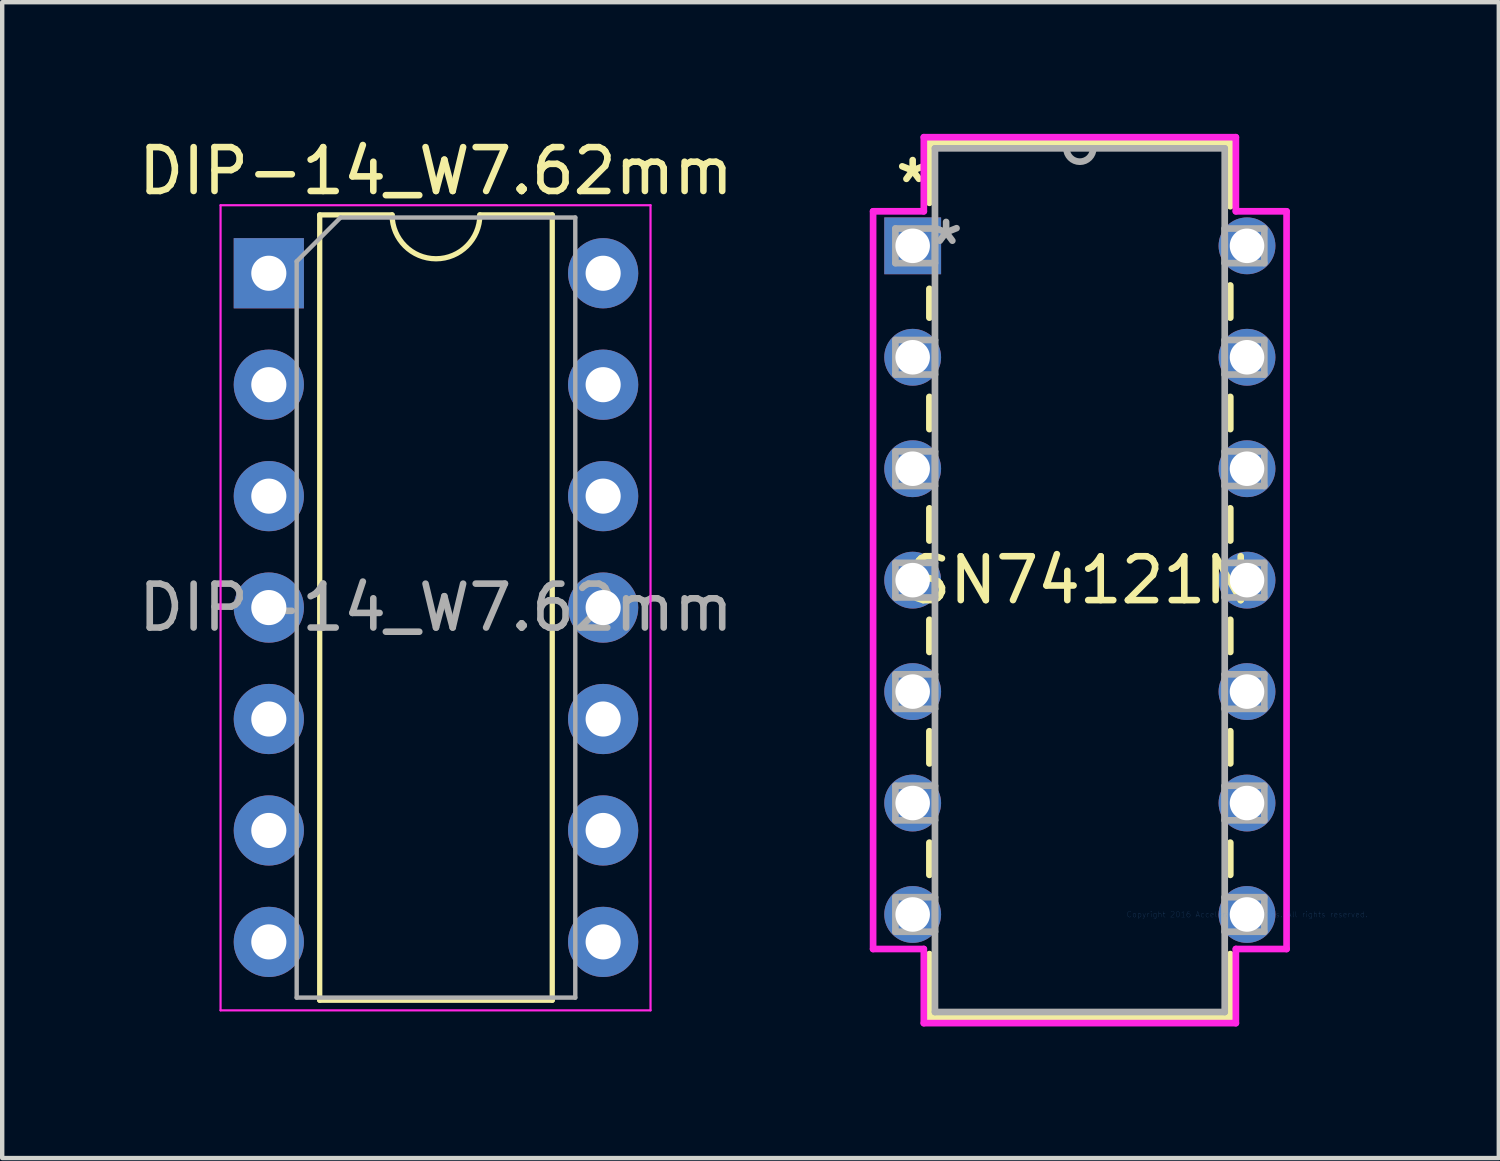
<source format=kicad_pcb>
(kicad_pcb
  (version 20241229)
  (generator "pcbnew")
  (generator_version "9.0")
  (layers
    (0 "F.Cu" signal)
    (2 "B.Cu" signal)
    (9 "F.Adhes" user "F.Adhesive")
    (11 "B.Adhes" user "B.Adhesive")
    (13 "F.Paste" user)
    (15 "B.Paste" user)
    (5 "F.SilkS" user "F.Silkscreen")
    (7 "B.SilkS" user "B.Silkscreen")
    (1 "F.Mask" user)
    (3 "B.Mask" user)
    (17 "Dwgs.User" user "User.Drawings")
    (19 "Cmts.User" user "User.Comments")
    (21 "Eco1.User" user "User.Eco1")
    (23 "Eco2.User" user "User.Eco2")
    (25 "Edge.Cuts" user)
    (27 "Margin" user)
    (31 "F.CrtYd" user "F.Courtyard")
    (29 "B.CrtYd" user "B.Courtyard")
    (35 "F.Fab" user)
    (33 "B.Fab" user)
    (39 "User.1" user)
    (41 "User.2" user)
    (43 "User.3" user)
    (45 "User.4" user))
  (footprint "SN74121N"
    (layer "F.Cu")
    (at 25.372 17.793)
    (property "Reference" "SN74121N" (at -3.81 -7.62 0) (layer "F.SilkS") (effects (font (size 1 1) (thickness 0.15))))
    (attr through_hole)
    (fp_line (start -7.239 -17.59) (end -7.239 -16.22) (stroke (width 0.152) (type solid)) (layer "F.SilkS"))
    (fp_line (start -7.239 -14.26) (end -7.239 -13.603) (stroke (width 0.152) (type solid)) (layer "F.SilkS"))
    (fp_line (start -7.239 -11.797) (end -7.239 -11.063) (stroke (width 0.152) (type solid)) (layer "F.SilkS"))
    (fp_line (start -7.239 -9.257) (end -7.239 -8.523) (stroke (width 0.152) (type solid)) (layer "F.SilkS"))
    (fp_line (start -7.239 -6.717) (end -7.239 -5.983) (stroke (width 0.152) (type solid)) (layer "F.SilkS"))
    (fp_line (start -7.239 -4.177) (end -7.239 -3.443) (stroke (width 0.152) (type solid)) (layer "F.SilkS"))
    (fp_line (start -7.239 -1.637) (end -7.239 -0.903) (stroke (width 0.152) (type solid)) (layer "F.SilkS"))
    (fp_line (start -7.239 0.903) (end -7.239 2.349) (stroke (width 0.152) (type solid)) (layer "F.SilkS"))
    (fp_line (start -7.239 2.349) (end -0.381 2.349) (stroke (width 0.152) (type solid)) (layer "F.SilkS"))
    (fp_line (start -0.381 -17.59) (end -7.239 -17.59) (stroke (width 0.152) (type solid)) (layer "F.SilkS"))
    (fp_line (start -0.381 -16.143) (end -0.381 -17.59) (stroke (width 0.152) (type solid)) (layer "F.SilkS"))
    (fp_line (start -0.381 -13.603) (end -0.381 -14.337) (stroke (width 0.152) (type solid)) (layer "F.SilkS"))
    (fp_line (start -0.381 -11.063) (end -0.381 -11.797) (stroke (width 0.152) (type solid)) (layer "F.SilkS"))
    (fp_line (start -0.381 -8.523) (end -0.381 -9.257) (stroke (width 0.152) (type solid)) (layer "F.SilkS"))
    (fp_line (start -0.381 -5.983) (end -0.381 -6.717) (stroke (width 0.152) (type solid)) (layer "F.SilkS"))
    (fp_line (start -0.381 -3.443) (end -0.381 -4.177) (stroke (width 0.152) (type solid)) (layer "F.SilkS"))
    (fp_line (start -0.381 -0.903) (end -0.381 -1.637) (stroke (width 0.152) (type solid)) (layer "F.SilkS"))
    (fp_line (start -0.381 2.349) (end -0.381 0.903) (stroke (width 0.152) (type solid)) (layer "F.SilkS"))
    (fp_line (start -8.522 -16.027) (end -8.522 0.787) (stroke (width 0.152) (type solid)) (layer "F.CrtYd"))
    (fp_line (start -8.522 0.787) (end -7.366 0.787) (stroke (width 0.152) (type solid)) (layer "F.CrtYd"))
    (fp_line (start -7.366 -17.716) (end -7.366 -16.027) (stroke (width 0.152) (type solid)) (layer "F.CrtYd"))
    (fp_line (start -7.366 -16.027) (end -8.522 -16.027) (stroke (width 0.152) (type solid)) (layer "F.CrtYd"))
    (fp_line (start -7.366 0.787) (end -7.366 2.477) (stroke (width 0.152) (type solid)) (layer "F.CrtYd"))
    (fp_line (start -7.366 2.477) (end -0.254 2.477) (stroke (width 0.152) (type solid)) (layer "F.CrtYd"))
    (fp_line (start -0.254 -17.716) (end -7.366 -17.716) (stroke (width 0.152) (type solid)) (layer "F.CrtYd"))
    (fp_line (start -0.254 -16.027) (end -0.254 -17.716) (stroke (width 0.152) (type solid)) (layer "F.CrtYd"))
    (fp_line (start -0.254 0.787) (end 0.902 0.787) (stroke (width 0.152) (type solid)) (layer "F.CrtYd"))
    (fp_line (start -0.254 2.477) (end -0.254 0.787) (stroke (width 0.152) (type solid)) (layer "F.CrtYd"))
    (fp_line (start 0.902 -16.027) (end -0.254 -16.027) (stroke (width 0.152) (type solid)) (layer "F.CrtYd"))
    (fp_line (start 0.902 0.787) (end 0.902 -16.027) (stroke (width 0.152) (type solid)) (layer "F.CrtYd"))
    (fp_line (start -8.014 -15.634) (end -8.014 -14.846) (stroke (width 0.152) (type solid)) (layer "F.Fab"))
    (fp_line (start -8.014 -14.846) (end -7.112 -14.846) (stroke (width 0.152) (type solid)) (layer "F.Fab"))
    (fp_line (start -8.014 -13.094) (end -8.014 -12.306) (stroke (width 0.152) (type solid)) (layer "F.Fab"))
    (fp_line (start -8.014 -12.306) (end -7.112 -12.306) (stroke (width 0.152) (type solid)) (layer "F.Fab"))
    (fp_line (start -8.014 -10.554) (end -8.014 -9.766) (stroke (width 0.152) (type solid)) (layer "F.Fab"))
    (fp_line (start -8.014 -9.766) (end -7.112 -9.766) (stroke (width 0.152) (type solid)) (layer "F.Fab"))
    (fp_line (start -8.014 -8.014) (end -8.014 -7.226) (stroke (width 0.152) (type solid)) (layer "F.Fab"))
    (fp_line (start -8.014 -7.226) (end -7.112 -7.226) (stroke (width 0.152) (type solid)) (layer "F.Fab"))
    (fp_line (start -8.014 -5.474) (end -8.014 -4.686) (stroke (width 0.152) (type solid)) (layer "F.Fab"))
    (fp_line (start -8.014 -4.686) (end -7.112 -4.686) (stroke (width 0.152) (type solid)) (layer "F.Fab"))
    (fp_line (start -8.014 -2.934) (end -8.014 -2.146) (stroke (width 0.152) (type solid)) (layer "F.Fab"))
    (fp_line (start -8.014 -2.146) (end -7.112 -2.146) (stroke (width 0.152) (type solid)) (layer "F.Fab"))
    (fp_line (start -8.014 -0.394) (end -8.014 0.394) (stroke (width 0.152) (type solid)) (layer "F.Fab"))
    (fp_line (start -8.014 0.394) (end -7.112 0.394) (stroke (width 0.152) (type solid)) (layer "F.Fab"))
    (fp_line (start -7.112 -17.462) (end -7.112 2.223) (stroke (width 0.152) (type solid)) (layer "F.Fab"))
    (fp_line (start -7.112 -15.634) (end -8.014 -15.634) (stroke (width 0.152) (type solid)) (layer "F.Fab"))
    (fp_line (start -7.112 -14.846) (end -7.112 -15.634) (stroke (width 0.152) (type solid)) (layer "F.Fab"))
    (fp_line (start -7.112 -13.094) (end -8.014 -13.094) (stroke (width 0.152) (type solid)) (layer "F.Fab"))
    (fp_line (start -7.112 -12.306) (end -7.112 -13.094) (stroke (width 0.152) (type solid)) (layer "F.Fab"))
    (fp_line (start -7.112 -10.554) (end -8.014 -10.554) (stroke (width 0.152) (type solid)) (layer "F.Fab"))
    (fp_line (start -7.112 -9.766) (end -7.112 -10.554) (stroke (width 0.152) (type solid)) (layer "F.Fab"))
    (fp_line (start -7.112 -8.014) (end -8.014 -8.014) (stroke (width 0.152) (type solid)) (layer "F.Fab"))
    (fp_line (start -7.112 -7.226) (end -7.112 -8.014) (stroke (width 0.152) (type solid)) (layer "F.Fab"))
    (fp_line (start -7.112 -5.474) (end -8.014 -5.474) (stroke (width 0.152) (type solid)) (layer "F.Fab"))
    (fp_line (start -7.112 -4.686) (end -7.112 -5.474) (stroke (width 0.152) (type solid)) (layer "F.Fab"))
    (fp_line (start -7.112 -2.934) (end -8.014 -2.934) (stroke (width 0.152) (type solid)) (layer "F.Fab"))
    (fp_line (start -7.112 -2.146) (end -7.112 -2.934) (stroke (width 0.152) (type solid)) (layer "F.Fab"))
    (fp_line (start -7.112 -0.394) (end -8.014 -0.394) (stroke (width 0.152) (type solid)) (layer "F.Fab"))
    (fp_line (start -7.112 0.394) (end -7.112 -0.394) (stroke (width 0.152) (type solid)) (layer "F.Fab"))
    (fp_line (start -7.112 2.223) (end -0.508 2.223) (stroke (width 0.152) (type solid)) (layer "F.Fab"))
    (fp_line (start -0.508 -17.462) (end -7.112 -17.462) (stroke (width 0.152) (type solid)) (layer "F.Fab"))
    (fp_line (start -0.508 -15.634) (end -0.508 -14.846) (stroke (width 0.152) (type solid)) (layer "F.Fab"))
    (fp_line (start -0.508 -14.846) (end 0.394 -14.846) (stroke (width 0.152) (type solid)) (layer "F.Fab"))
    (fp_line (start -0.508 -13.094) (end -0.508 -12.306) (stroke (width 0.152) (type solid)) (layer "F.Fab"))
    (fp_line (start -0.508 -12.306) (end 0.394 -12.306) (stroke (width 0.152) (type solid)) (layer "F.Fab"))
    (fp_line (start -0.508 -10.554) (end -0.508 -9.766) (stroke (width 0.152) (type solid)) (layer "F.Fab"))
    (fp_line (start -0.508 -9.766) (end 0.394 -9.766) (stroke (width 0.152) (type solid)) (layer "F.Fab"))
    (fp_line (start -0.508 -8.014) (end -0.508 -7.226) (stroke (width 0.152) (type solid)) (layer "F.Fab"))
    (fp_line (start -0.508 -7.226) (end 0.394 -7.226) (stroke (width 0.152) (type solid)) (layer "F.Fab"))
    (fp_line (start -0.508 -5.474) (end -0.508 -4.686) (stroke (width 0.152) (type solid)) (layer "F.Fab"))
    (fp_line (start -0.508 -4.686) (end 0.394 -4.686) (stroke (width 0.152) (type solid)) (layer "F.Fab"))
    (fp_line (start -0.508 -2.934) (end -0.508 -2.146) (stroke (width 0.152) (type solid)) (layer "F.Fab"))
    (fp_line (start -0.508 -2.146) (end 0.394 -2.146) (stroke (width 0.152) (type solid)) (layer "F.Fab"))
    (fp_line (start -0.508 -0.394) (end -0.508 0.394) (stroke (width 0.152) (type solid)) (layer "F.Fab"))
    (fp_line (start -0.508 0.394) (end 0.394 0.394) (stroke (width 0.152) (type solid)) (layer "F.Fab"))
    (fp_line (start -0.508 2.223) (end -0.508 -17.462) (stroke (width 0.152) (type solid)) (layer "F.Fab"))
    (fp_line (start 0.394 -15.634) (end -0.508 -15.634) (stroke (width 0.152) (type solid)) (layer "F.Fab"))
    (fp_line (start 0.394 -14.846) (end 0.394 -15.634) (stroke (width 0.152) (type solid)) (layer "F.Fab"))
    (fp_line (start 0.394 -13.094) (end -0.508 -13.094) (stroke (width 0.152) (type solid)) (layer "F.Fab"))
    (fp_line (start 0.394 -12.306) (end 0.394 -13.094) (stroke (width 0.152) (type solid)) (layer "F.Fab"))
    (fp_line (start 0.394 -10.554) (end -0.508 -10.554) (stroke (width 0.152) (type solid)) (layer "F.Fab"))
    (fp_line (start 0.394 -9.766) (end 0.394 -10.554) (stroke (width 0.152) (type solid)) (layer "F.Fab"))
    (fp_line (start 0.394 -8.014) (end -0.508 -8.014) (stroke (width 0.152) (type solid)) (layer "F.Fab"))
    (fp_line (start 0.394 -7.226) (end 0.394 -8.014) (stroke (width 0.152) (type solid)) (layer "F.Fab"))
    (fp_line (start 0.394 -5.474) (end -0.508 -5.474) (stroke (width 0.152) (type solid)) (layer "F.Fab"))
    (fp_line (start 0.394 -4.686) (end 0.394 -5.474) (stroke (width 0.152) (type solid)) (layer "F.Fab"))
    (fp_line (start 0.394 -2.934) (end -0.508 -2.934) (stroke (width 0.152) (type solid)) (layer "F.Fab"))
    (fp_line (start 0.394 -2.146) (end 0.394 -2.934) (stroke (width 0.152) (type solid)) (layer "F.Fab"))
    (fp_line (start 0.394 -0.394) (end -0.508 -0.394) (stroke (width 0.152) (type solid)) (layer "F.Fab"))
    (fp_line (start 0.394 0.394) (end 0.394 -0.394) (stroke (width 0.152) (type solid)) (layer "F.Fab"))
    (fp_arc (start -3.5052 -17.4625) (mid -3.81 -17.1577) (end -4.1148 -17.4625) (stroke (width 0.1524) (type solid)) (layer "F.Fab"))
    (fp_text user "*" (at -7.62 -16.65 0) (layer "F.SilkS") (effects (font (size 1 1) (thickness 0.15))))
    (fp_text user "Copyright 2016 Accelerated Designs. All rights reserved." (at 0 0 0) (layer "Cmts.User") (effects (font (size 0.127 0.127) (thickness 0.002))))
    (fp_text user "*" (at -6.858 -15.24 0) (layer "F.Fab") (effects (font (size 1 1) (thickness 0.15))))
    (pad "1" thru_hole rect (at -7.62 -15.24) (size 1.295 1.295) (drill 0.787) (layers "*.Cu" "*.Mask"))
    (pad "2" thru_hole circle (at -7.62 -12.7) (size 1.295 1.295) (drill 0.787) (layers "*.Cu" "*.Mask"))
    (pad "3" thru_hole circle (at -7.62 -10.16) (size 1.295 1.295) (drill 0.787) (layers "*.Cu" "*.Mask"))
    (pad "4" thru_hole circle (at -7.62 -7.62) (size 1.295 1.295) (drill 0.787) (layers "*.Cu" "*.Mask"))
    (pad "5" thru_hole circle (at -7.62 -5.08) (size 1.295 1.295) (drill 0.787) (layers "*.Cu" "*.Mask"))
    (pad "6" thru_hole circle (at -7.62 -2.54) (size 1.295 1.295) (drill 0.787) (layers "*.Cu" "*.Mask"))
    (pad "7" thru_hole circle (at -7.62 0) (size 1.295 1.295) (drill 0.787) (layers "*.Cu" "*.Mask"))
    (pad "8" thru_hole circle (at 0 0) (size 1.295 1.295) (drill 0.787) (layers "*.Cu" "*.Mask"))
    (pad "9" thru_hole circle (at 0 -2.54) (size 1.295 1.295) (drill 0.787) (layers "*.Cu" "*.Mask"))
    (pad "10" thru_hole circle (at 0 -5.08) (size 1.295 1.295) (drill 0.787) (layers "*.Cu" "*.Mask"))
    (pad "11" thru_hole circle (at 0 -7.62) (size 1.295 1.295) (drill 0.787) (layers "*.Cu" "*.Mask"))
    (pad "12" thru_hole circle (at 0 -10.16) (size 1.295 1.295) (drill 0.787) (layers "*.Cu" "*.Mask"))
    (pad "13" thru_hole circle (at 0 -12.7) (size 1.295 1.295) (drill 0.787) (layers "*.Cu" "*.Mask"))
    (pad "14" thru_hole circle (at 0 -15.24) (size 1.295 1.295) (drill 0.787) (layers "*.Cu" "*.Mask")))
  (footprint "DIP-14_W7.62mm"
    (layer "F.Cu")
    (at 3.077 3.178)
    (property "Reference" "DIP-14_W7.62mm" (at 3.81 -2.33 0) (layer "F.SilkS") (effects (font (size 1 1) (thickness 0.15))))
    (attr through_hole)
    (fp_line (start 1.16 -1.33) (end 1.16 16.57) (stroke (width 0.12) (type solid)) (layer "F.SilkS"))
    (fp_line (start 1.16 16.57) (end 6.46 16.57) (stroke (width 0.12) (type solid)) (layer "F.SilkS"))
    (fp_line (start 2.81 -1.33) (end 1.16 -1.33) (stroke (width 0.12) (type solid)) (layer "F.SilkS"))
    (fp_line (start 6.46 -1.33) (end 4.81 -1.33) (stroke (width 0.12) (type solid)) (layer "F.SilkS"))
    (fp_line (start 6.46 16.57) (end 6.46 -1.33) (stroke (width 0.12) (type solid)) (layer "F.SilkS"))
    (fp_arc (start 4.81 -1.33) (mid 3.81 -0.33) (end 2.81 -1.33) (stroke (width 0.12) (type solid)) (layer "F.SilkS"))
    (fp_line (start -1.1 -1.55) (end -1.1 16.8) (stroke (width 0.05) (type solid)) (layer "F.CrtYd"))
    (fp_line (start -1.1 16.8) (end 8.7 16.8) (stroke (width 0.05) (type solid)) (layer "F.CrtYd"))
    (fp_line (start 8.7 -1.55) (end -1.1 -1.55) (stroke (width 0.05) (type solid)) (layer "F.CrtYd"))
    (fp_line (start 8.7 16.8) (end 8.7 -1.55) (stroke (width 0.05) (type solid)) (layer "F.CrtYd"))
    (fp_line (start 0.635 -0.27) (end 1.635 -1.27) (stroke (width 0.1) (type solid)) (layer "F.Fab"))
    (fp_line (start 0.635 16.51) (end 0.635 -0.27) (stroke (width 0.1) (type solid)) (layer "F.Fab"))
    (fp_line (start 1.635 -1.27) (end 6.985 -1.27) (stroke (width 0.1) (type solid)) (layer "F.Fab"))
    (fp_line (start 6.985 -1.27) (end 6.985 16.51) (stroke (width 0.1) (type solid)) (layer "F.Fab"))
    (fp_line (start 6.985 16.51) (end 0.635 16.51) (stroke (width 0.1) (type solid)) (layer "F.Fab"))
    (fp_text user "${REFERENCE}" (at 3.81 7.62 0) (layer "F.Fab") (effects (font (size 1 1) (thickness 0.15))))
    (pad "1" thru_hole rect (at 0 0) (size 1.6 1.6) (drill 0.8) (layers "*.Cu" "*.Mask"))
    (pad "2" thru_hole oval (at 0 2.54) (size 1.6 1.6) (drill 0.8) (layers "*.Cu" "*.Mask"))
    (pad "3" thru_hole oval (at 0 5.08) (size 1.6 1.6) (drill 0.8) (layers "*.Cu" "*.Mask"))
    (pad "4" thru_hole oval (at 0 7.62) (size 1.6 1.6) (drill 0.8) (layers "*.Cu" "*.Mask"))
    (pad "5" thru_hole oval (at 0 10.16) (size 1.6 1.6) (drill 0.8) (layers "*.Cu" "*.Mask"))
    (pad "6" thru_hole oval (at 0 12.7) (size 1.6 1.6) (drill 0.8) (layers "*.Cu" "*.Mask"))
    (pad "7" thru_hole oval (at 0 15.24) (size 1.6 1.6) (drill 0.8) (layers "*.Cu" "*.Mask"))
    (pad "8" thru_hole oval (at 7.62 15.24) (size 1.6 1.6) (drill 0.8) (layers "*.Cu" "*.Mask"))
    (pad "9" thru_hole oval (at 7.62 12.7) (size 1.6 1.6) (drill 0.8) (layers "*.Cu" "*.Mask"))
    (pad "10" thru_hole oval (at 7.62 10.16) (size 1.6 1.6) (drill 0.8) (layers "*.Cu" "*.Mask"))
    (pad "11" thru_hole oval (at 7.62 7.62) (size 1.6 1.6) (drill 0.8) (layers "*.Cu" "*.Mask"))
    (pad "12" thru_hole oval (at 7.62 5.08) (size 1.6 1.6) (drill 0.8) (layers "*.Cu" "*.Mask"))
    (pad "13" thru_hole oval (at 7.62 2.54) (size 1.6 1.6) (drill 0.8) (layers "*.Cu" "*.Mask"))
    (pad "14" thru_hole oval (at 7.62 0) (size 1.6 1.6) (drill 0.8) (layers "*.Cu" "*.Mask")))
  (gr_rect
    (start -3 -3)
    (end 31.111 23.345)
    (stroke (width 0.1) (type default))
    (fill no)
    (layer "Edge.Cuts")))
</source>
